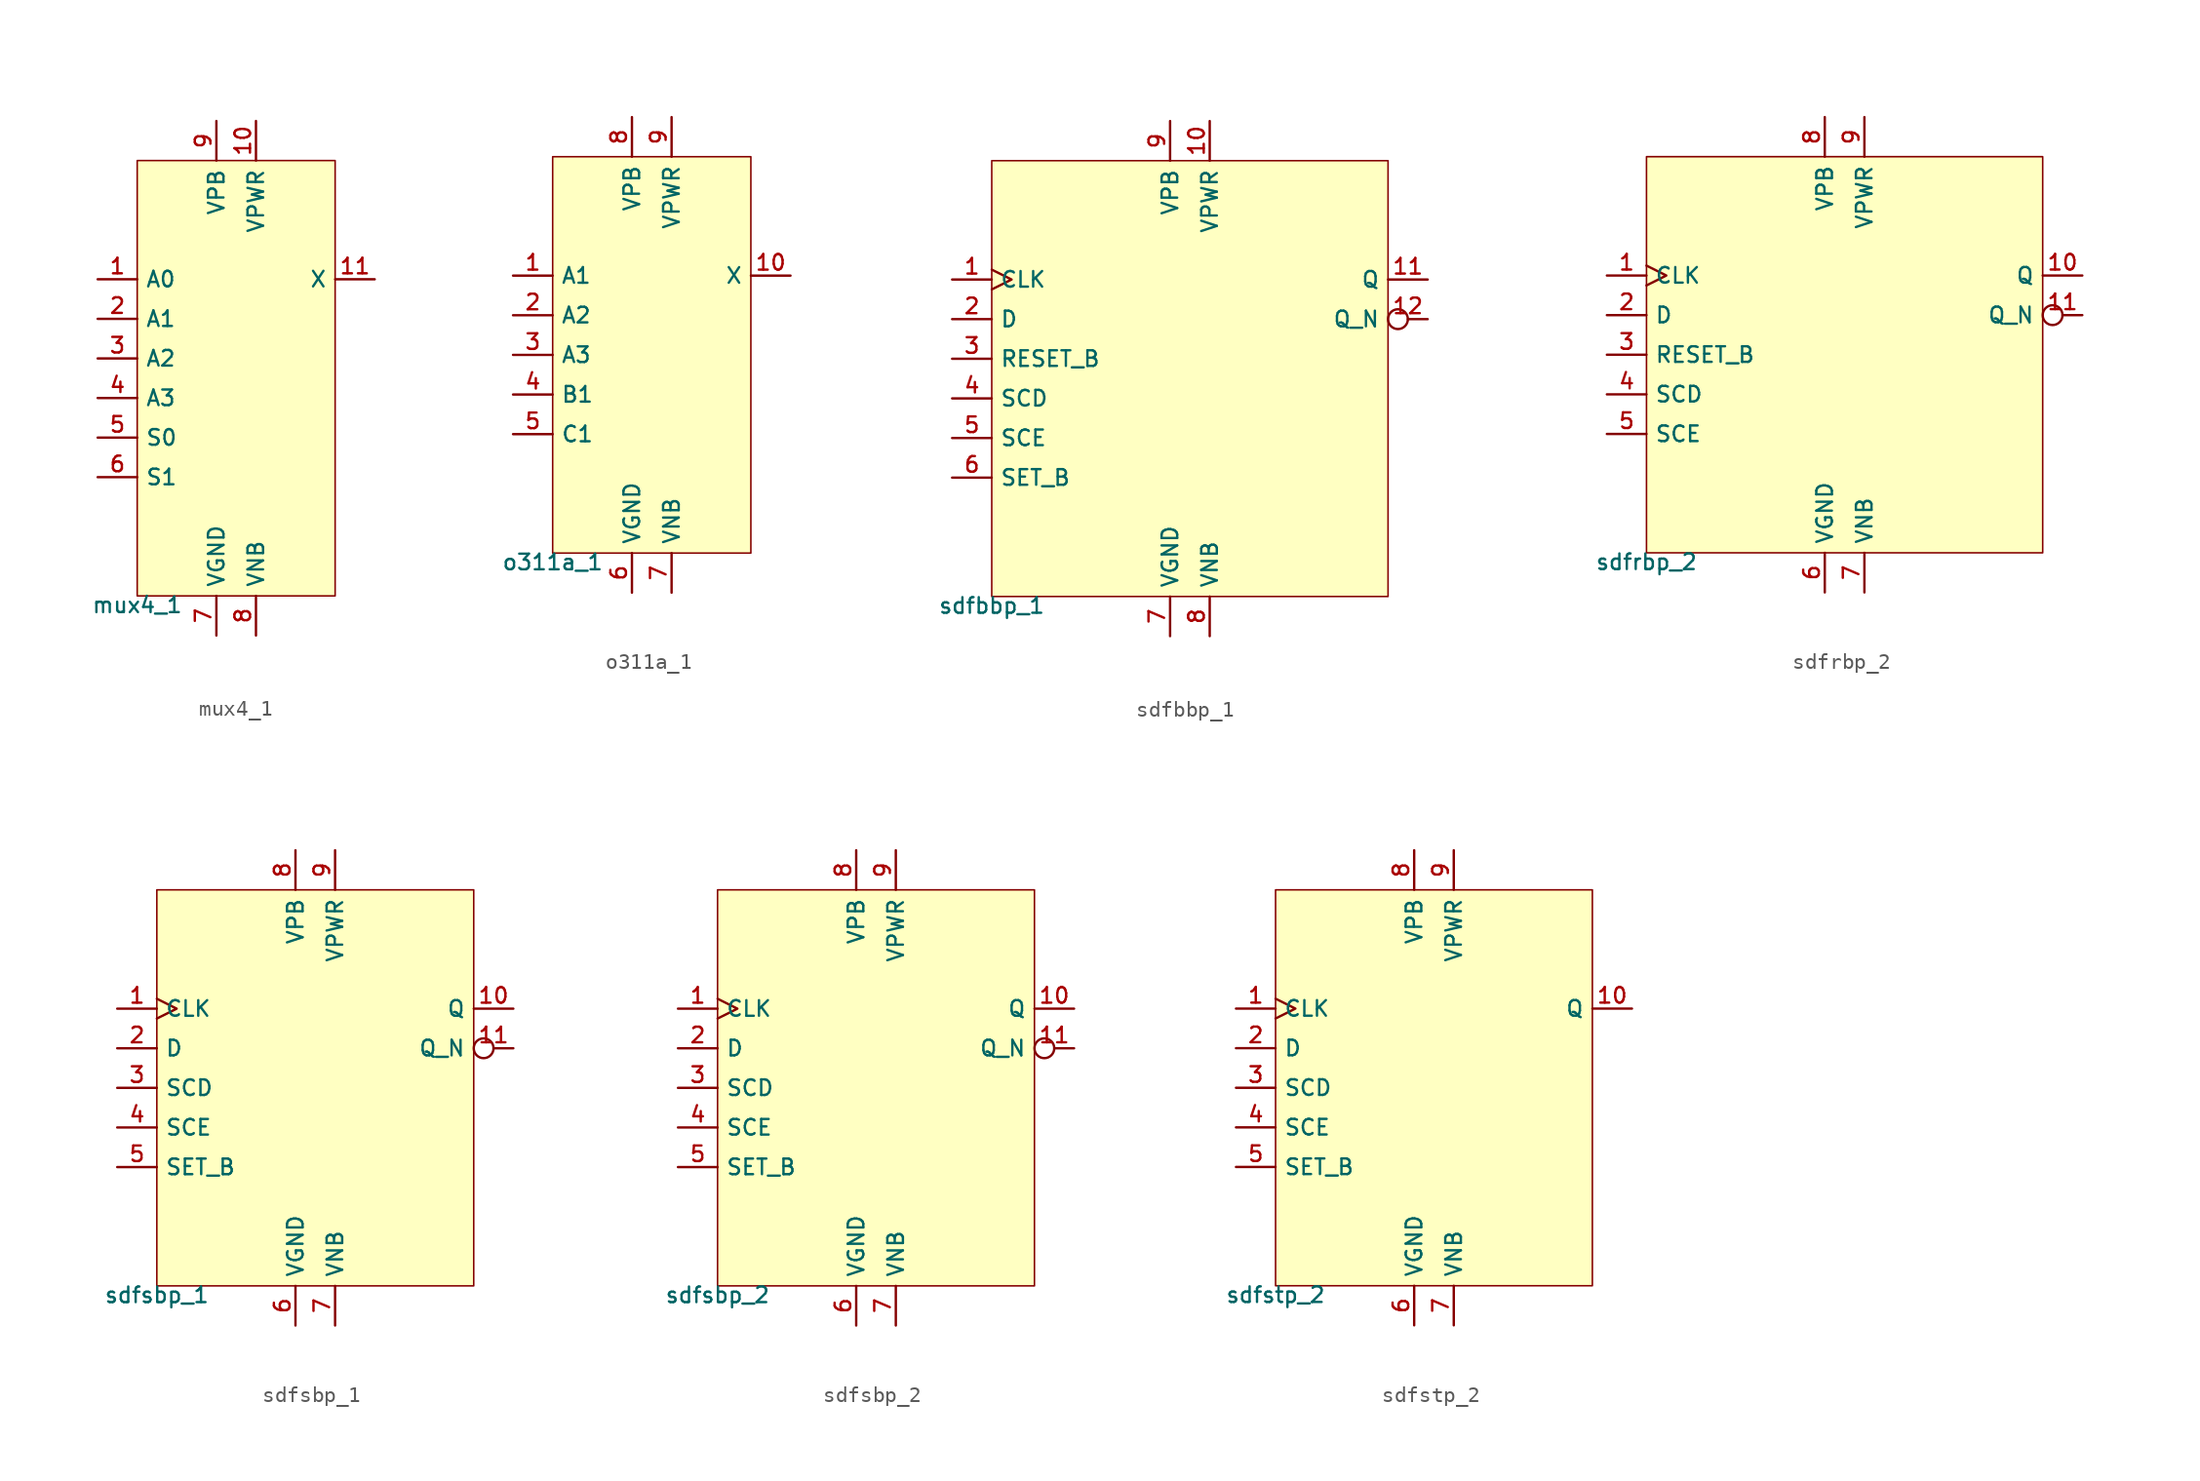
<source format=kicad_sym>
(kicad_symbol_lib
  (version 20211014)
  (generator pdk2kicad)
  (symbol "mux4_1"
    (property "Reference" "X"
      (at 0 0 0)
      (effects (font (size 1 1)) hide))
    (property "Value" "mux4_1"
      (at -6.35 -13.97 0)
      (effects (font (size 1 1)) (justify top)))
    (rectangle
      (start -6.35 -13.97)
      (end 6.35 13.97)
      (stroke (width 0.1) (type solid) (color 0 0 0 0))
      (fill (type background)))
    (pin input line
      (at -8.89 6.35 0)
      (length 2.54)
      (name "A0" (effects (font (size 1 1)) hide))
      (number "1" (effects (font (size 1 1)) hide)))
    (pin input line
      (at -8.89 3.81 0)
      (length 2.54)
      (name "A1" (effects (font (size 1 1)) hide))
      (number "2" (effects (font (size 1 1)) hide)))
    (pin input line
      (at -8.89 1.27 0)
      (length 2.54)
      (name "A2" (effects (font (size 1 1)) hide))
      (number "3" (effects (font (size 1 1)) hide)))
    (pin input line
      (at -8.89 -1.27 0)
      (length 2.54)
      (name "A3" (effects (font (size 1 1)) hide))
      (number "4" (effects (font (size 1 1)) hide)))
    (pin input line
      (at -8.89 -3.81 0)
      (length 2.54)
      (name "S0" (effects (font (size 1 1)) hide))
      (number "5" (effects (font (size 1 1)) hide)))
    (pin input line
      (at -8.89 -6.35 0)
      (length 2.54)
      (name "S1" (effects (font (size 1 1)) hide))
      (number "6" (effects (font (size 1 1)) hide)))
    (pin power_in line
      (at -1.27 -16.51 90)
      (length 2.54)
      (name "VGND" (effects (font (size 1 1)) hide))
      (number "7" (effects (font (size 1 1)) hide)))
    (pin power_in line
      (at 1.27 -16.51 90)
      (length 2.54)
      (name "VNB" (effects (font (size 1 1)) hide))
      (number "8" (effects (font (size 1 1)) hide)))
    (pin power_in line
      (at -1.27 16.51 270)
      (length 2.54)
      (name "VPB" (effects (font (size 1 1)) hide))
      (number "9" (effects (font (size 1 1)) hide)))
    (pin power_in line
      (at 1.27 16.51 270)
      (length 2.54)
      (name "VPWR" (effects (font (size 1 1)) hide))
      (number "10" (effects (font (size 1 1)) hide)))
    (pin output line
      (at 8.89 6.35 180)
      (length 2.54)
      (name "X" (effects (font (size 1 1)) hide))
      (number "11" (effects (font (size 1 1)) hide))))
  (symbol "o311a_1"
    (property "Reference" "X"
      (at 0 0 0)
      (effects (font (size 1 1)) hide))
    (property "Value" "o311a_1"
      (at -6.35 -12.7 0)
      (effects (font (size 1 1)) (justify top)))
    (rectangle
      (start -6.35 -12.7)
      (end 6.35 12.7)
      (stroke (width 0.1) (type solid) (color 0 0 0 0))
      (fill (type background)))
    (pin input line
      (at -8.89 5.08 0)
      (length 2.54)
      (name "A1" (effects (font (size 1 1)) hide))
      (number "1" (effects (font (size 1 1)) hide)))
    (pin input line
      (at -8.89 2.54 0)
      (length 2.54)
      (name "A2" (effects (font (size 1 1)) hide))
      (number "2" (effects (font (size 1 1)) hide)))
    (pin input line
      (at -8.89 -8.881784197001252e-16 0)
      (length 2.54)
      (name "A3" (effects (font (size 1 1)) hide))
      (number "3" (effects (font (size 1 1)) hide)))
    (pin input line
      (at -8.89 -2.54 0)
      (length 2.54)
      (name "B1" (effects (font (size 1 1)) hide))
      (number "4" (effects (font (size 1 1)) hide)))
    (pin input line
      (at -8.89 -5.08 0)
      (length 2.54)
      (name "C1" (effects (font (size 1 1)) hide))
      (number "5" (effects (font (size 1 1)) hide)))
    (pin power_in line
      (at -1.27 -15.24 90)
      (length 2.54)
      (name "VGND" (effects (font (size 1 1)) hide))
      (number "6" (effects (font (size 1 1)) hide)))
    (pin power_in line
      (at 1.27 -15.24 90)
      (length 2.54)
      (name "VNB" (effects (font (size 1 1)) hide))
      (number "7" (effects (font (size 1 1)) hide)))
    (pin power_in line
      (at -1.27 15.24 270)
      (length 2.54)
      (name "VPB" (effects (font (size 1 1)) hide))
      (number "8" (effects (font (size 1 1)) hide)))
    (pin power_in line
      (at 1.27 15.24 270)
      (length 2.54)
      (name "VPWR" (effects (font (size 1 1)) hide))
      (number "9" (effects (font (size 1 1)) hide)))
    (pin output line
      (at 8.89 5.08 180)
      (length 2.54)
      (name "X" (effects (font (size 1 1)) hide))
      (number "10" (effects (font (size 1 1)) hide))))
  (symbol "sdfbbp_1"
    (property "Reference" "X"
      (at 0 0 0)
      (effects (font (size 1 1)) hide))
    (property "Value" "sdfbbp_1"
      (at -12.7 -13.97 0)
      (effects (font (size 1 1)) (justify top)))
    (rectangle
      (start -12.7 -13.97)
      (end 12.7 13.97)
      (stroke (width 0.1) (type solid) (color 0 0 0 0))
      (fill (type background)))
    (pin input clock
      (at -15.24 6.35 0)
      (length 2.54)
      (name "CLK" (effects (font (size 1 1)) hide))
      (number "1" (effects (font (size 1 1)) hide)))
    (pin input line
      (at -15.24 3.81 0)
      (length 2.54)
      (name "D" (effects (font (size 1 1)) hide))
      (number "2" (effects (font (size 1 1)) hide)))
    (pin input line
      (at -15.24 1.27 0)
      (length 2.54)
      (name "RESET_B" (effects (font (size 1 1)) hide))
      (number "3" (effects (font (size 1 1)) hide)))
    (pin input line
      (at -15.24 -1.27 0)
      (length 2.54)
      (name "SCD" (effects (font (size 1 1)) hide))
      (number "4" (effects (font (size 1 1)) hide)))
    (pin input line
      (at -15.24 -3.81 0)
      (length 2.54)
      (name "SCE" (effects (font (size 1 1)) hide))
      (number "5" (effects (font (size 1 1)) hide)))
    (pin input line
      (at -15.24 -6.35 0)
      (length 2.54)
      (name "SET_B" (effects (font (size 1 1)) hide))
      (number "6" (effects (font (size 1 1)) hide)))
    (pin power_in line
      (at -1.27 -16.51 90)
      (length 2.54)
      (name "VGND" (effects (font (size 1 1)) hide))
      (number "7" (effects (font (size 1 1)) hide)))
    (pin power_in line
      (at 1.27 -16.51 90)
      (length 2.54)
      (name "VNB" (effects (font (size 1 1)) hide))
      (number "8" (effects (font (size 1 1)) hide)))
    (pin power_in line
      (at -1.27 16.51 270)
      (length 2.54)
      (name "VPB" (effects (font (size 1 1)) hide))
      (number "9" (effects (font (size 1 1)) hide)))
    (pin power_in line
      (at 1.27 16.51 270)
      (length 2.54)
      (name "VPWR" (effects (font (size 1 1)) hide))
      (number "10" (effects (font (size 1 1)) hide)))
    (pin output line
      (at 15.24 6.35 180)
      (length 2.54)
      (name "Q" (effects (font (size 1 1)) hide))
      (number "11" (effects (font (size 1 1)) hide)))
    (pin output inverted
      (at 15.24 3.81 180)
      (length 2.54)
      (name "Q_N" (effects (font (size 1 1)) hide))
      (number "12" (effects (font (size 1 1)) hide))))
  (symbol "sdfrbp_2"
    (property "Reference" "X"
      (at 0 0 0)
      (effects (font (size 1 1)) hide))
    (property "Value" "sdfrbp_2"
      (at -12.7 -12.7 0)
      (effects (font (size 1 1)) (justify top)))
    (rectangle
      (start -12.7 -12.7)
      (end 12.7 12.7)
      (stroke (width 0.1) (type solid) (color 0 0 0 0))
      (fill (type background)))
    (pin input clock
      (at -15.24 5.08 0)
      (length 2.54)
      (name "CLK" (effects (font (size 1 1)) hide))
      (number "1" (effects (font (size 1 1)) hide)))
    (pin input line
      (at -15.24 2.54 0)
      (length 2.54)
      (name "D" (effects (font (size 1 1)) hide))
      (number "2" (effects (font (size 1 1)) hide)))
    (pin input line
      (at -15.24 -8.881784197001252e-16 0)
      (length 2.54)
      (name "RESET_B" (effects (font (size 1 1)) hide))
      (number "3" (effects (font (size 1 1)) hide)))
    (pin input line
      (at -15.24 -2.54 0)
      (length 2.54)
      (name "SCD" (effects (font (size 1 1)) hide))
      (number "4" (effects (font (size 1 1)) hide)))
    (pin input line
      (at -15.24 -5.08 0)
      (length 2.54)
      (name "SCE" (effects (font (size 1 1)) hide))
      (number "5" (effects (font (size 1 1)) hide)))
    (pin power_in line
      (at -1.27 -15.24 90)
      (length 2.54)
      (name "VGND" (effects (font (size 1 1)) hide))
      (number "6" (effects (font (size 1 1)) hide)))
    (pin power_in line
      (at 1.27 -15.24 90)
      (length 2.54)
      (name "VNB" (effects (font (size 1 1)) hide))
      (number "7" (effects (font (size 1 1)) hide)))
    (pin power_in line
      (at -1.27 15.24 270)
      (length 2.54)
      (name "VPB" (effects (font (size 1 1)) hide))
      (number "8" (effects (font (size 1 1)) hide)))
    (pin power_in line
      (at 1.27 15.24 270)
      (length 2.54)
      (name "VPWR" (effects (font (size 1 1)) hide))
      (number "9" (effects (font (size 1 1)) hide)))
    (pin output line
      (at 15.24 5.08 180)
      (length 2.54)
      (name "Q" (effects (font (size 1 1)) hide))
      (number "10" (effects (font (size 1 1)) hide)))
    (pin output inverted
      (at 15.24 2.54 180)
      (length 2.54)
      (name "Q_N" (effects (font (size 1 1)) hide))
      (number "11" (effects (font (size 1 1)) hide))))
  (symbol "sdfsbp_1"
    (property "Reference" "X"
      (at 0 0 0)
      (effects (font (size 1 1)) hide))
    (property "Value" "sdfsbp_1"
      (at -10.16 -12.7 0)
      (effects (font (size 1 1)) (justify top)))
    (rectangle
      (start -10.16 -12.7)
      (end 10.16 12.7)
      (stroke (width 0.1) (type solid) (color 0 0 0 0))
      (fill (type background)))
    (pin input clock
      (at -12.7 5.08 0)
      (length 2.54)
      (name "CLK" (effects (font (size 1 1)) hide))
      (number "1" (effects (font (size 1 1)) hide)))
    (pin input line
      (at -12.7 2.54 0)
      (length 2.54)
      (name "D" (effects (font (size 1 1)) hide))
      (number "2" (effects (font (size 1 1)) hide)))
    (pin input line
      (at -12.7 -8.881784197001252e-16 0)
      (length 2.54)
      (name "SCD" (effects (font (size 1 1)) hide))
      (number "3" (effects (font (size 1 1)) hide)))
    (pin input line
      (at -12.7 -2.54 0)
      (length 2.54)
      (name "SCE" (effects (font (size 1 1)) hide))
      (number "4" (effects (font (size 1 1)) hide)))
    (pin input line
      (at -12.7 -5.08 0)
      (length 2.54)
      (name "SET_B" (effects (font (size 1 1)) hide))
      (number "5" (effects (font (size 1 1)) hide)))
    (pin power_in line
      (at -1.27 -15.24 90)
      (length 2.54)
      (name "VGND" (effects (font (size 1 1)) hide))
      (number "6" (effects (font (size 1 1)) hide)))
    (pin power_in line
      (at 1.27 -15.24 90)
      (length 2.54)
      (name "VNB" (effects (font (size 1 1)) hide))
      (number "7" (effects (font (size 1 1)) hide)))
    (pin power_in line
      (at -1.27 15.24 270)
      (length 2.54)
      (name "VPB" (effects (font (size 1 1)) hide))
      (number "8" (effects (font (size 1 1)) hide)))
    (pin power_in line
      (at 1.27 15.24 270)
      (length 2.54)
      (name "VPWR" (effects (font (size 1 1)) hide))
      (number "9" (effects (font (size 1 1)) hide)))
    (pin output line
      (at 12.7 5.08 180)
      (length 2.54)
      (name "Q" (effects (font (size 1 1)) hide))
      (number "10" (effects (font (size 1 1)) hide)))
    (pin output inverted
      (at 12.7 2.54 180)
      (length 2.54)
      (name "Q_N" (effects (font (size 1 1)) hide))
      (number "11" (effects (font (size 1 1)) hide))))
  (symbol "sdfsbp_2"
    (property "Reference" "X"
      (at 0 0 0)
      (effects (font (size 1 1)) hide))
    (property "Value" "sdfsbp_2"
      (at -10.16 -12.7 0)
      (effects (font (size 1 1)) (justify top)))
    (rectangle
      (start -10.16 -12.7)
      (end 10.16 12.7)
      (stroke (width 0.1) (type solid) (color 0 0 0 0))
      (fill (type background)))
    (pin input clock
      (at -12.7 5.08 0)
      (length 2.54)
      (name "CLK" (effects (font (size 1 1)) hide))
      (number "1" (effects (font (size 1 1)) hide)))
    (pin input line
      (at -12.7 2.54 0)
      (length 2.54)
      (name "D" (effects (font (size 1 1)) hide))
      (number "2" (effects (font (size 1 1)) hide)))
    (pin input line
      (at -12.7 -8.881784197001252e-16 0)
      (length 2.54)
      (name "SCD" (effects (font (size 1 1)) hide))
      (number "3" (effects (font (size 1 1)) hide)))
    (pin input line
      (at -12.7 -2.54 0)
      (length 2.54)
      (name "SCE" (effects (font (size 1 1)) hide))
      (number "4" (effects (font (size 1 1)) hide)))
    (pin input line
      (at -12.7 -5.08 0)
      (length 2.54)
      (name "SET_B" (effects (font (size 1 1)) hide))
      (number "5" (effects (font (size 1 1)) hide)))
    (pin power_in line
      (at -1.27 -15.24 90)
      (length 2.54)
      (name "VGND" (effects (font (size 1 1)) hide))
      (number "6" (effects (font (size 1 1)) hide)))
    (pin power_in line
      (at 1.27 -15.24 90)
      (length 2.54)
      (name "VNB" (effects (font (size 1 1)) hide))
      (number "7" (effects (font (size 1 1)) hide)))
    (pin power_in line
      (at -1.27 15.24 270)
      (length 2.54)
      (name "VPB" (effects (font (size 1 1)) hide))
      (number "8" (effects (font (size 1 1)) hide)))
    (pin power_in line
      (at 1.27 15.24 270)
      (length 2.54)
      (name "VPWR" (effects (font (size 1 1)) hide))
      (number "9" (effects (font (size 1 1)) hide)))
    (pin output line
      (at 12.7 5.08 180)
      (length 2.54)
      (name "Q" (effects (font (size 1 1)) hide))
      (number "10" (effects (font (size 1 1)) hide)))
    (pin output inverted
      (at 12.7 2.54 180)
      (length 2.54)
      (name "Q_N" (effects (font (size 1 1)) hide))
      (number "11" (effects (font (size 1 1)) hide))))
  (symbol "sdfstp_2"
    (property "Reference" "X"
      (at 0 0 0)
      (effects (font (size 1 1)) hide))
    (property "Value" "sdfstp_2"
      (at -10.16 -12.7 0)
      (effects (font (size 1 1)) (justify top)))
    (rectangle
      (start -10.16 -12.7)
      (end 10.16 12.7)
      (stroke (width 0.1) (type solid) (color 0 0 0 0))
      (fill (type background)))
    (pin input clock
      (at -12.7 5.08 0)
      (length 2.54)
      (name "CLK" (effects (font (size 1 1)) hide))
      (number "1" (effects (font (size 1 1)) hide)))
    (pin input line
      (at -12.7 2.54 0)
      (length 2.54)
      (name "D" (effects (font (size 1 1)) hide))
      (number "2" (effects (font (size 1 1)) hide)))
    (pin input line
      (at -12.7 -8.881784197001252e-16 0)
      (length 2.54)
      (name "SCD" (effects (font (size 1 1)) hide))
      (number "3" (effects (font (size 1 1)) hide)))
    (pin input line
      (at -12.7 -2.54 0)
      (length 2.54)
      (name "SCE" (effects (font (size 1 1)) hide))
      (number "4" (effects (font (size 1 1)) hide)))
    (pin input line
      (at -12.7 -5.08 0)
      (length 2.54)
      (name "SET_B" (effects (font (size 1 1)) hide))
      (number "5" (effects (font (size 1 1)) hide)))
    (pin power_in line
      (at -1.27 -15.24 90)
      (length 2.54)
      (name "VGND" (effects (font (size 1 1)) hide))
      (number "6" (effects (font (size 1 1)) hide)))
    (pin power_in line
      (at 1.27 -15.24 90)
      (length 2.54)
      (name "VNB" (effects (font (size 1 1)) hide))
      (number "7" (effects (font (size 1 1)) hide)))
    (pin power_in line
      (at -1.27 15.24 270)
      (length 2.54)
      (name "VPB" (effects (font (size 1 1)) hide))
      (number "8" (effects (font (size 1 1)) hide)))
    (pin power_in line
      (at 1.27 15.24 270)
      (length 2.54)
      (name "VPWR" (effects (font (size 1 1)) hide))
      (number "9" (effects (font (size 1 1)) hide)))
    (pin output line
      (at 12.7 5.08 180)
      (length 2.54)
      (name "Q" (effects (font (size 1 1)) hide))
      (number "10" (effects (font (size 1 1)) hide)))))
</source>
